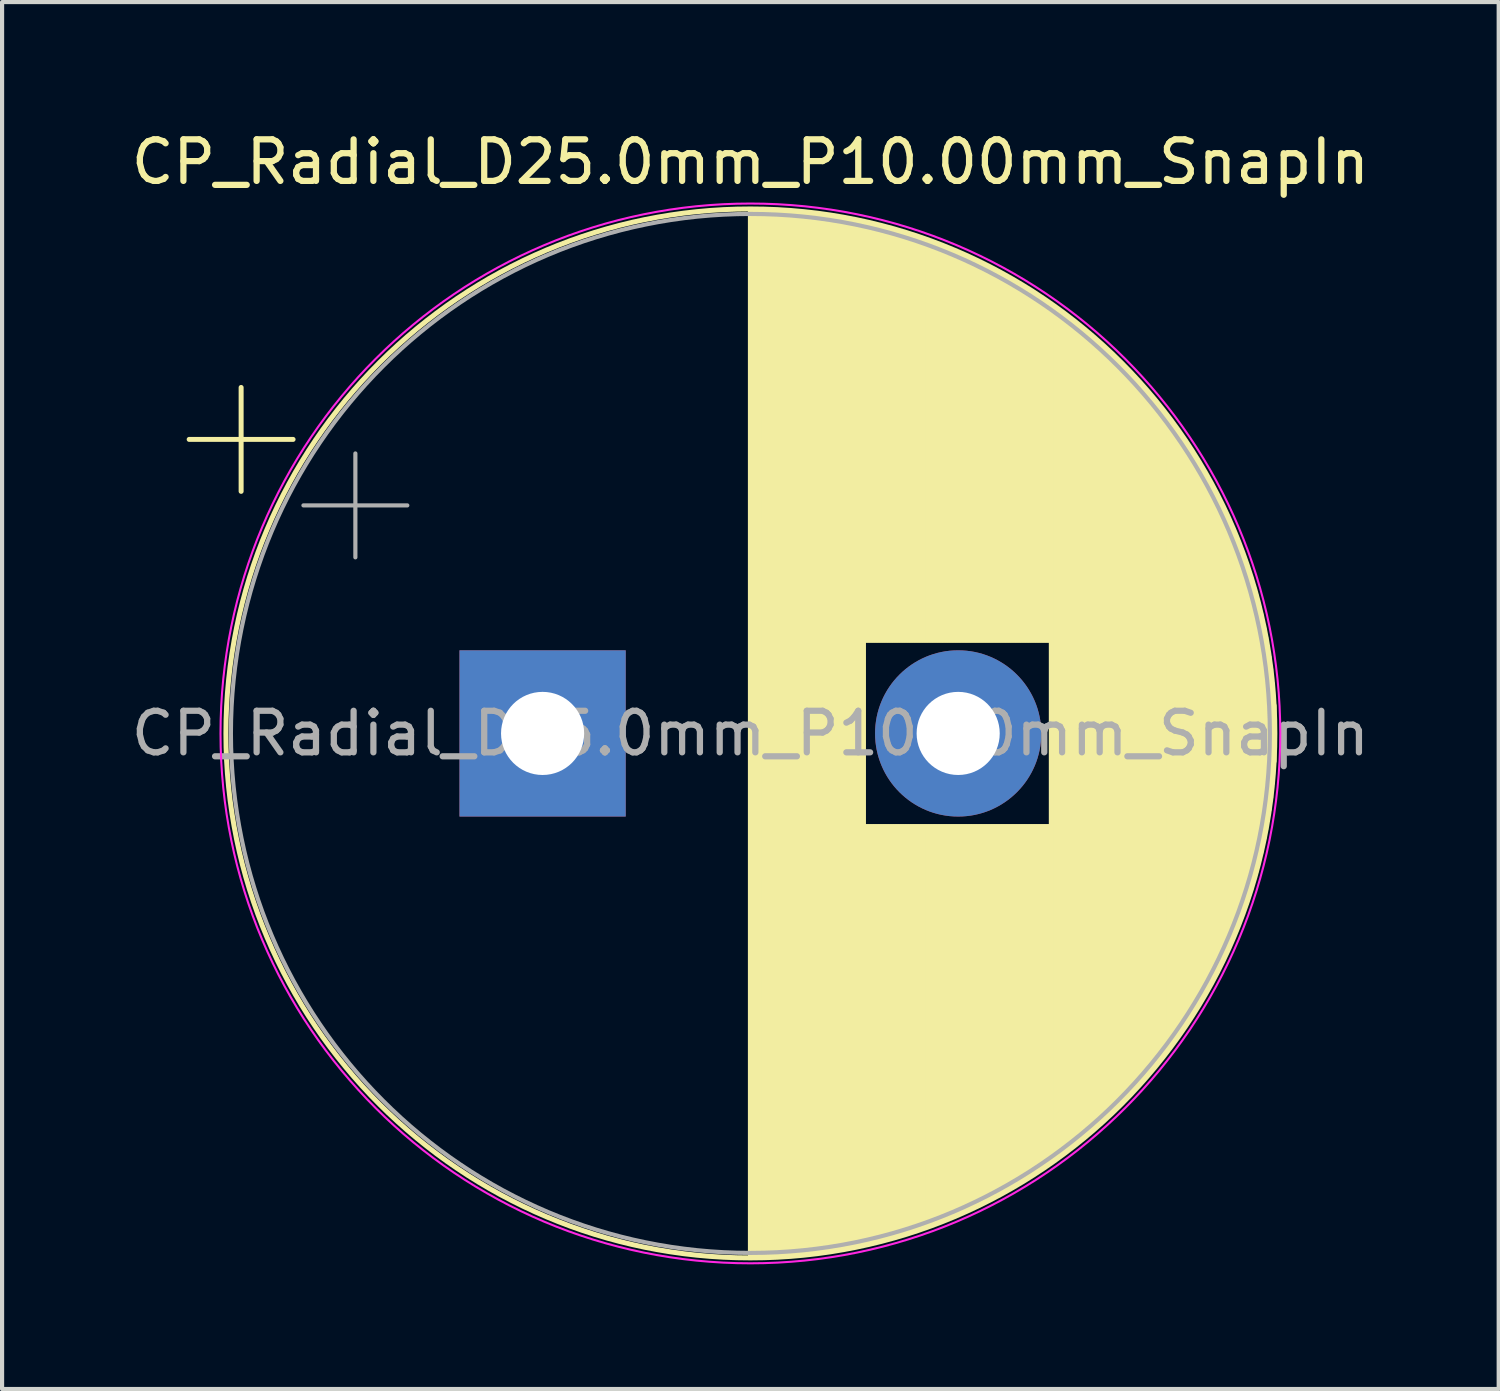
<source format=kicad_pcb>
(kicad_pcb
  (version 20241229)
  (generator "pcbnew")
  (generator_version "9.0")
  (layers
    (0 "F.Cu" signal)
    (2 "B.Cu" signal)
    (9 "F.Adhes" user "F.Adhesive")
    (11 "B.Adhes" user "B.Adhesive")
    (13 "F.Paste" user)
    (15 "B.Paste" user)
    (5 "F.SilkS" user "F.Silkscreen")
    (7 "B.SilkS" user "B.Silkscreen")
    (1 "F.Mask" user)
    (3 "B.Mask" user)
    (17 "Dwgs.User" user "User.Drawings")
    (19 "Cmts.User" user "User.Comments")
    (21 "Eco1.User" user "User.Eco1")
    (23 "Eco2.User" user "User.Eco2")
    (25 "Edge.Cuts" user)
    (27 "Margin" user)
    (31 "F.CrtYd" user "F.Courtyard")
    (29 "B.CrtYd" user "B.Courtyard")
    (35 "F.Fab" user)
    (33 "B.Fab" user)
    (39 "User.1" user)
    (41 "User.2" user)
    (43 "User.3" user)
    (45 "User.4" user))
  (footprint "CP_Radial_D25.0mm_P10.00mm_SnapIn"
    (layer "F.Cu")
    (at 10.006 14.598)
    (property "Reference" "CP_Radial_D25.0mm_P10.00mm_SnapIn" (at 5 -13.75 0) (layer "F.SilkS") (effects (font (size 1 1) (thickness 0.15))))
    (attr through_hole)
    (fp_line (start -8.504 -7.075) (end -6.004 -7.075) (stroke (width 0.12) (type solid)) (layer "F.SilkS"))
    (fp_line (start -7.254 -8.325) (end -7.254 -5.825) (stroke (width 0.12) (type solid)) (layer "F.SilkS"))
    (fp_line (start 5 -12.581) (end 5 12.581) (stroke (width 0.12) (type solid)) (layer "F.SilkS"))
    (fp_line (start 5.04 -12.58) (end 5.04 12.58) (stroke (width 0.12) (type solid)) (layer "F.SilkS"))
    (fp_line (start 5.08 -12.58) (end 5.08 12.58) (stroke (width 0.12) (type solid)) (layer "F.SilkS"))
    (fp_line (start 5.12 -12.58) (end 5.12 12.58) (stroke (width 0.12) (type solid)) (layer "F.SilkS"))
    (fp_line (start 5.16 -12.579) (end 5.16 12.579) (stroke (width 0.12) (type solid)) (layer "F.SilkS"))
    (fp_line (start 5.2 -12.579) (end 5.2 12.579) (stroke (width 0.12) (type solid)) (layer "F.SilkS"))
    (fp_line (start 5.24 -12.578) (end 5.24 12.578) (stroke (width 0.12) (type solid)) (layer "F.SilkS"))
    (fp_line (start 5.28 -12.577) (end 5.28 12.577) (stroke (width 0.12) (type solid)) (layer "F.SilkS"))
    (fp_line (start 5.32 -12.576) (end 5.32 12.576) (stroke (width 0.12) (type solid)) (layer "F.SilkS"))
    (fp_line (start 5.36 -12.575) (end 5.36 12.575) (stroke (width 0.12) (type solid)) (layer "F.SilkS"))
    (fp_line (start 5.4 -12.574) (end 5.4 12.574) (stroke (width 0.12) (type solid)) (layer "F.SilkS"))
    (fp_line (start 5.44 -12.573) (end 5.44 12.573) (stroke (width 0.12) (type solid)) (layer "F.SilkS"))
    (fp_line (start 5.48 -12.571) (end 5.48 12.571) (stroke (width 0.12) (type solid)) (layer "F.SilkS"))
    (fp_line (start 5.52 -12.57) (end 5.52 12.57) (stroke (width 0.12) (type solid)) (layer "F.SilkS"))
    (fp_line (start 5.56 -12.568) (end 5.56 12.568) (stroke (width 0.12) (type solid)) (layer "F.SilkS"))
    (fp_line (start 5.6 -12.566) (end 5.6 12.566) (stroke (width 0.12) (type solid)) (layer "F.SilkS"))
    (fp_line (start 5.64 -12.564) (end 5.64 12.564) (stroke (width 0.12) (type solid)) (layer "F.SilkS"))
    (fp_line (start 5.68 -12.562) (end 5.68 12.562) (stroke (width 0.12) (type solid)) (layer "F.SilkS"))
    (fp_line (start 5.721 -12.56) (end 5.721 12.56) (stroke (width 0.12) (type solid)) (layer "F.SilkS"))
    (fp_line (start 5.761 -12.558) (end 5.761 12.558) (stroke (width 0.12) (type solid)) (layer "F.SilkS"))
    (fp_line (start 5.801 -12.555) (end 5.801 12.555) (stroke (width 0.12) (type solid)) (layer "F.SilkS"))
    (fp_line (start 5.841 -12.553) (end 5.841 12.553) (stroke (width 0.12) (type solid)) (layer "F.SilkS"))
    (fp_line (start 5.881 -12.55) (end 5.881 12.55) (stroke (width 0.12) (type solid)) (layer "F.SilkS"))
    (fp_line (start 5.921 -12.547) (end 5.921 12.547) (stroke (width 0.12) (type solid)) (layer "F.SilkS"))
    (fp_line (start 5.961 -12.544) (end 5.961 12.544) (stroke (width 0.12) (type solid)) (layer "F.SilkS"))
    (fp_line (start 6.001 -12.541) (end 6.001 12.541) (stroke (width 0.12) (type solid)) (layer "F.SilkS"))
    (fp_line (start 6.041 -12.538) (end 6.041 12.538) (stroke (width 0.12) (type solid)) (layer "F.SilkS"))
    (fp_line (start 6.081 -12.534) (end 6.081 12.534) (stroke (width 0.12) (type solid)) (layer "F.SilkS"))
    (fp_line (start 6.121 -12.531) (end 6.121 12.531) (stroke (width 0.12) (type solid)) (layer "F.SilkS"))
    (fp_line (start 6.161 -12.527) (end 6.161 12.527) (stroke (width 0.12) (type solid)) (layer "F.SilkS"))
    (fp_line (start 6.201 -12.523) (end 6.201 12.523) (stroke (width 0.12) (type solid)) (layer "F.SilkS"))
    (fp_line (start 6.241 -12.519) (end 6.241 12.519) (stroke (width 0.12) (type solid)) (layer "F.SilkS"))
    (fp_line (start 6.281 -12.515) (end 6.281 12.515) (stroke (width 0.12) (type solid)) (layer "F.SilkS"))
    (fp_line (start 6.321 -12.511) (end 6.321 12.511) (stroke (width 0.12) (type solid)) (layer "F.SilkS"))
    (fp_line (start 6.361 -12.507) (end 6.361 12.507) (stroke (width 0.12) (type solid)) (layer "F.SilkS"))
    (fp_line (start 6.401 -12.503) (end 6.401 12.503) (stroke (width 0.12) (type solid)) (layer "F.SilkS"))
    (fp_line (start 6.441 -12.498) (end 6.441 12.498) (stroke (width 0.12) (type solid)) (layer "F.SilkS"))
    (fp_line (start 6.481 -12.493) (end 6.481 12.493) (stroke (width 0.12) (type solid)) (layer "F.SilkS"))
    (fp_line (start 6.521 -12.489) (end 6.521 12.489) (stroke (width 0.12) (type solid)) (layer "F.SilkS"))
    (fp_line (start 6.561 -12.484) (end 6.561 12.484) (stroke (width 0.12) (type solid)) (layer "F.SilkS"))
    (fp_line (start 6.601 -12.479) (end 6.601 12.479) (stroke (width 0.12) (type solid)) (layer "F.SilkS"))
    (fp_line (start 6.641 -12.473) (end 6.641 12.473) (stroke (width 0.12) (type solid)) (layer "F.SilkS"))
    (fp_line (start 6.681 -12.468) (end 6.681 12.468) (stroke (width 0.12) (type solid)) (layer "F.SilkS"))
    (fp_line (start 6.721 -12.463) (end 6.721 12.463) (stroke (width 0.12) (type solid)) (layer "F.SilkS"))
    (fp_line (start 6.761 -12.457) (end 6.761 12.457) (stroke (width 0.12) (type solid)) (layer "F.SilkS"))
    (fp_line (start 6.801 -12.451) (end 6.801 12.451) (stroke (width 0.12) (type solid)) (layer "F.SilkS"))
    (fp_line (start 6.841 -12.446) (end 6.841 12.446) (stroke (width 0.12) (type solid)) (layer "F.SilkS"))
    (fp_line (start 6.881 -12.44) (end 6.881 12.44) (stroke (width 0.12) (type solid)) (layer "F.SilkS"))
    (fp_line (start 6.921 -12.434) (end 6.921 12.434) (stroke (width 0.12) (type solid)) (layer "F.SilkS"))
    (fp_line (start 6.961 -12.427) (end 6.961 12.427) (stroke (width 0.12) (type solid)) (layer "F.SilkS"))
    (fp_line (start 7.001 -12.421) (end 7.001 12.421) (stroke (width 0.12) (type solid)) (layer "F.SilkS"))
    (fp_line (start 7.041 -12.415) (end 7.041 12.415) (stroke (width 0.12) (type solid)) (layer "F.SilkS"))
    (fp_line (start 7.081 -12.408) (end 7.081 12.408) (stroke (width 0.12) (type solid)) (layer "F.SilkS"))
    (fp_line (start 7.121 -12.401) (end 7.121 12.401) (stroke (width 0.12) (type solid)) (layer "F.SilkS"))
    (fp_line (start 7.161 -12.394) (end 7.161 12.394) (stroke (width 0.12) (type solid)) (layer "F.SilkS"))
    (fp_line (start 7.201 -12.387) (end 7.201 12.387) (stroke (width 0.12) (type solid)) (layer "F.SilkS"))
    (fp_line (start 7.241 -12.38) (end 7.241 12.38) (stroke (width 0.12) (type solid)) (layer "F.SilkS"))
    (fp_line (start 7.281 -12.373) (end 7.281 12.373) (stroke (width 0.12) (type solid)) (layer "F.SilkS"))
    (fp_line (start 7.321 -12.365) (end 7.321 12.365) (stroke (width 0.12) (type solid)) (layer "F.SilkS"))
    (fp_line (start 7.361 -12.358) (end 7.361 12.358) (stroke (width 0.12) (type solid)) (layer "F.SilkS"))
    (fp_line (start 7.401 -12.35) (end 7.401 12.35) (stroke (width 0.12) (type solid)) (layer "F.SilkS"))
    (fp_line (start 7.441 -12.342) (end 7.441 12.342) (stroke (width 0.12) (type solid)) (layer "F.SilkS"))
    (fp_line (start 7.481 -12.334) (end 7.481 12.334) (stroke (width 0.12) (type solid)) (layer "F.SilkS"))
    (fp_line (start 7.521 -12.326) (end 7.521 12.326) (stroke (width 0.12) (type solid)) (layer "F.SilkS"))
    (fp_line (start 7.561 -12.318) (end 7.561 12.318) (stroke (width 0.12) (type solid)) (layer "F.SilkS"))
    (fp_line (start 7.601 -12.31) (end 7.601 12.31) (stroke (width 0.12) (type solid)) (layer "F.SilkS"))
    (fp_line (start 7.641 -12.301) (end 7.641 12.301) (stroke (width 0.12) (type solid)) (layer "F.SilkS"))
    (fp_line (start 7.681 -12.293) (end 7.681 12.293) (stroke (width 0.12) (type solid)) (layer "F.SilkS"))
    (fp_line (start 7.721 -12.284) (end 7.721 12.284) (stroke (width 0.12) (type solid)) (layer "F.SilkS"))
    (fp_line (start 7.761 -12.275) (end 7.761 -2.24) (stroke (width 0.12) (type solid)) (layer "F.SilkS"))
    (fp_line (start 7.761 2.24) (end 7.761 12.275) (stroke (width 0.12) (type solid)) (layer "F.SilkS"))
    (fp_line (start 7.801 -12.266) (end 7.801 -2.24) (stroke (width 0.12) (type solid)) (layer "F.SilkS"))
    (fp_line (start 7.801 2.24) (end 7.801 12.266) (stroke (width 0.12) (type solid)) (layer "F.SilkS"))
    (fp_line (start 7.841 -12.257) (end 7.841 -2.24) (stroke (width 0.12) (type solid)) (layer "F.SilkS"))
    (fp_line (start 7.841 2.24) (end 7.841 12.257) (stroke (width 0.12) (type solid)) (layer "F.SilkS"))
    (fp_line (start 7.881 -12.247) (end 7.881 -2.24) (stroke (width 0.12) (type solid)) (layer "F.SilkS"))
    (fp_line (start 7.881 2.24) (end 7.881 12.247) (stroke (width 0.12) (type solid)) (layer "F.SilkS"))
    (fp_line (start 7.921 -12.238) (end 7.921 -2.24) (stroke (width 0.12) (type solid)) (layer "F.SilkS"))
    (fp_line (start 7.921 2.24) (end 7.921 12.238) (stroke (width 0.12) (type solid)) (layer "F.SilkS"))
    (fp_line (start 7.961 -12.228) (end 7.961 -2.24) (stroke (width 0.12) (type solid)) (layer "F.SilkS"))
    (fp_line (start 7.961 2.24) (end 7.961 12.228) (stroke (width 0.12) (type solid)) (layer "F.SilkS"))
    (fp_line (start 8.001 -12.219) (end 8.001 -2.24) (stroke (width 0.12) (type solid)) (layer "F.SilkS"))
    (fp_line (start 8.001 2.24) (end 8.001 12.219) (stroke (width 0.12) (type solid)) (layer "F.SilkS"))
    (fp_line (start 8.041 -12.209) (end 8.041 -2.24) (stroke (width 0.12) (type solid)) (layer "F.SilkS"))
    (fp_line (start 8.041 2.24) (end 8.041 12.209) (stroke (width 0.12) (type solid)) (layer "F.SilkS"))
    (fp_line (start 8.081 -12.199) (end 8.081 -2.24) (stroke (width 0.12) (type solid)) (layer "F.SilkS"))
    (fp_line (start 8.081 2.24) (end 8.081 12.199) (stroke (width 0.12) (type solid)) (layer "F.SilkS"))
    (fp_line (start 8.121 -12.189) (end 8.121 -2.24) (stroke (width 0.12) (type solid)) (layer "F.SilkS"))
    (fp_line (start 8.121 2.24) (end 8.121 12.189) (stroke (width 0.12) (type solid)) (layer "F.SilkS"))
    (fp_line (start 8.161 -12.178) (end 8.161 -2.24) (stroke (width 0.12) (type solid)) (layer "F.SilkS"))
    (fp_line (start 8.161 2.24) (end 8.161 12.178) (stroke (width 0.12) (type solid)) (layer "F.SilkS"))
    (fp_line (start 8.201 -12.168) (end 8.201 -2.24) (stroke (width 0.12) (type solid)) (layer "F.SilkS"))
    (fp_line (start 8.201 2.24) (end 8.201 12.168) (stroke (width 0.12) (type solid)) (layer "F.SilkS"))
    (fp_line (start 8.241 -12.157) (end 8.241 -2.24) (stroke (width 0.12) (type solid)) (layer "F.SilkS"))
    (fp_line (start 8.241 2.24) (end 8.241 12.157) (stroke (width 0.12) (type solid)) (layer "F.SilkS"))
    (fp_line (start 8.281 -12.147) (end 8.281 -2.24) (stroke (width 0.12) (type solid)) (layer "F.SilkS"))
    (fp_line (start 8.281 2.24) (end 8.281 12.147) (stroke (width 0.12) (type solid)) (layer "F.SilkS"))
    (fp_line (start 8.321 -12.136) (end 8.321 -2.24) (stroke (width 0.12) (type solid)) (layer "F.SilkS"))
    (fp_line (start 8.321 2.24) (end 8.321 12.136) (stroke (width 0.12) (type solid)) (layer "F.SilkS"))
    (fp_line (start 8.361 -12.125) (end 8.361 -2.24) (stroke (width 0.12) (type solid)) (layer "F.SilkS"))
    (fp_line (start 8.361 2.24) (end 8.361 12.125) (stroke (width 0.12) (type solid)) (layer "F.SilkS"))
    (fp_line (start 8.401 -12.114) (end 8.401 -2.24) (stroke (width 0.12) (type solid)) (layer "F.SilkS"))
    (fp_line (start 8.401 2.24) (end 8.401 12.114) (stroke (width 0.12) (type solid)) (layer "F.SilkS"))
    (fp_line (start 8.441 -12.103) (end 8.441 -2.24) (stroke (width 0.12) (type solid)) (layer "F.SilkS"))
    (fp_line (start 8.441 2.24) (end 8.441 12.103) (stroke (width 0.12) (type solid)) (layer "F.SilkS"))
    (fp_line (start 8.481 -12.091) (end 8.481 -2.24) (stroke (width 0.12) (type solid)) (layer "F.SilkS"))
    (fp_line (start 8.481 2.24) (end 8.481 12.091) (stroke (width 0.12) (type solid)) (layer "F.SilkS"))
    (fp_line (start 8.521 -12.08) (end 8.521 -2.24) (stroke (width 0.12) (type solid)) (layer "F.SilkS"))
    (fp_line (start 8.521 2.24) (end 8.521 12.08) (stroke (width 0.12) (type solid)) (layer "F.SilkS"))
    (fp_line (start 8.561 -12.068) (end 8.561 -2.24) (stroke (width 0.12) (type solid)) (layer "F.SilkS"))
    (fp_line (start 8.561 2.24) (end 8.561 12.068) (stroke (width 0.12) (type solid)) (layer "F.SilkS"))
    (fp_line (start 8.601 -12.056) (end 8.601 -2.24) (stroke (width 0.12) (type solid)) (layer "F.SilkS"))
    (fp_line (start 8.601 2.24) (end 8.601 12.056) (stroke (width 0.12) (type solid)) (layer "F.SilkS"))
    (fp_line (start 8.641 -12.044) (end 8.641 -2.24) (stroke (width 0.12) (type solid)) (layer "F.SilkS"))
    (fp_line (start 8.641 2.24) (end 8.641 12.044) (stroke (width 0.12) (type solid)) (layer "F.SilkS"))
    (fp_line (start 8.681 -12.032) (end 8.681 -2.24) (stroke (width 0.12) (type solid)) (layer "F.SilkS"))
    (fp_line (start 8.681 2.24) (end 8.681 12.032) (stroke (width 0.12) (type solid)) (layer "F.SilkS"))
    (fp_line (start 8.721 -12.02) (end 8.721 -2.24) (stroke (width 0.12) (type solid)) (layer "F.SilkS"))
    (fp_line (start 8.721 2.24) (end 8.721 12.02) (stroke (width 0.12) (type solid)) (layer "F.SilkS"))
    (fp_line (start 8.761 -12.007) (end 8.761 -2.24) (stroke (width 0.12) (type solid)) (layer "F.SilkS"))
    (fp_line (start 8.761 2.24) (end 8.761 12.007) (stroke (width 0.12) (type solid)) (layer "F.SilkS"))
    (fp_line (start 8.801 -11.995) (end 8.801 -2.24) (stroke (width 0.12) (type solid)) (layer "F.SilkS"))
    (fp_line (start 8.801 2.24) (end 8.801 11.995) (stroke (width 0.12) (type solid)) (layer "F.SilkS"))
    (fp_line (start 8.841 -11.982) (end 8.841 -2.24) (stroke (width 0.12) (type solid)) (layer "F.SilkS"))
    (fp_line (start 8.841 2.24) (end 8.841 11.982) (stroke (width 0.12) (type solid)) (layer "F.SilkS"))
    (fp_line (start 8.881 -11.969) (end 8.881 -2.24) (stroke (width 0.12) (type solid)) (layer "F.SilkS"))
    (fp_line (start 8.881 2.24) (end 8.881 11.969) (stroke (width 0.12) (type solid)) (layer "F.SilkS"))
    (fp_line (start 8.921 -11.956) (end 8.921 -2.24) (stroke (width 0.12) (type solid)) (layer "F.SilkS"))
    (fp_line (start 8.921 2.24) (end 8.921 11.956) (stroke (width 0.12) (type solid)) (layer "F.SilkS"))
    (fp_line (start 8.961 -11.943) (end 8.961 -2.24) (stroke (width 0.12) (type solid)) (layer "F.SilkS"))
    (fp_line (start 8.961 2.24) (end 8.961 11.943) (stroke (width 0.12) (type solid)) (layer "F.SilkS"))
    (fp_line (start 9.001 -11.93) (end 9.001 -2.24) (stroke (width 0.12) (type solid)) (layer "F.SilkS"))
    (fp_line (start 9.001 2.24) (end 9.001 11.93) (stroke (width 0.12) (type solid)) (layer "F.SilkS"))
    (fp_line (start 9.041 -11.916) (end 9.041 -2.24) (stroke (width 0.12) (type solid)) (layer "F.SilkS"))
    (fp_line (start 9.041 2.24) (end 9.041 11.916) (stroke (width 0.12) (type solid)) (layer "F.SilkS"))
    (fp_line (start 9.081 -11.903) (end 9.081 -2.24) (stroke (width 0.12) (type solid)) (layer "F.SilkS"))
    (fp_line (start 9.081 2.24) (end 9.081 11.903) (stroke (width 0.12) (type solid)) (layer "F.SilkS"))
    (fp_line (start 9.121 -11.889) (end 9.121 -2.24) (stroke (width 0.12) (type solid)) (layer "F.SilkS"))
    (fp_line (start 9.121 2.24) (end 9.121 11.889) (stroke (width 0.12) (type solid)) (layer "F.SilkS"))
    (fp_line (start 9.161 -11.875) (end 9.161 -2.24) (stroke (width 0.12) (type solid)) (layer "F.SilkS"))
    (fp_line (start 9.161 2.24) (end 9.161 11.875) (stroke (width 0.12) (type solid)) (layer "F.SilkS"))
    (fp_line (start 9.201 -11.861) (end 9.201 -2.24) (stroke (width 0.12) (type solid)) (layer "F.SilkS"))
    (fp_line (start 9.201 2.24) (end 9.201 11.861) (stroke (width 0.12) (type solid)) (layer "F.SilkS"))
    (fp_line (start 9.241 -11.847) (end 9.241 -2.24) (stroke (width 0.12) (type solid)) (layer "F.SilkS"))
    (fp_line (start 9.241 2.24) (end 9.241 11.847) (stroke (width 0.12) (type solid)) (layer "F.SilkS"))
    (fp_line (start 9.281 -11.833) (end 9.281 -2.24) (stroke (width 0.12) (type solid)) (layer "F.SilkS"))
    (fp_line (start 9.281 2.24) (end 9.281 11.833) (stroke (width 0.12) (type solid)) (layer "F.SilkS"))
    (fp_line (start 9.321 -11.818) (end 9.321 -2.24) (stroke (width 0.12) (type solid)) (layer "F.SilkS"))
    (fp_line (start 9.321 2.24) (end 9.321 11.818) (stroke (width 0.12) (type solid)) (layer "F.SilkS"))
    (fp_line (start 9.361 -11.803) (end 9.361 -2.24) (stroke (width 0.12) (type solid)) (layer "F.SilkS"))
    (fp_line (start 9.361 2.24) (end 9.361 11.803) (stroke (width 0.12) (type solid)) (layer "F.SilkS"))
    (fp_line (start 9.401 -11.789) (end 9.401 -2.24) (stroke (width 0.12) (type solid)) (layer "F.SilkS"))
    (fp_line (start 9.401 2.24) (end 9.401 11.789) (stroke (width 0.12) (type solid)) (layer "F.SilkS"))
    (fp_line (start 9.441 -11.774) (end 9.441 -2.24) (stroke (width 0.12) (type solid)) (layer "F.SilkS"))
    (fp_line (start 9.441 2.24) (end 9.441 11.774) (stroke (width 0.12) (type solid)) (layer "F.SilkS"))
    (fp_line (start 9.481 -11.759) (end 9.481 -2.24) (stroke (width 0.12) (type solid)) (layer "F.SilkS"))
    (fp_line (start 9.481 2.24) (end 9.481 11.759) (stroke (width 0.12) (type solid)) (layer "F.SilkS"))
    (fp_line (start 9.521 -11.743) (end 9.521 -2.24) (stroke (width 0.12) (type solid)) (layer "F.SilkS"))
    (fp_line (start 9.521 2.24) (end 9.521 11.743) (stroke (width 0.12) (type solid)) (layer "F.SilkS"))
    (fp_line (start 9.561 -11.728) (end 9.561 -2.24) (stroke (width 0.12) (type solid)) (layer "F.SilkS"))
    (fp_line (start 9.561 2.24) (end 9.561 11.728) (stroke (width 0.12) (type solid)) (layer "F.SilkS"))
    (fp_line (start 9.601 -11.712) (end 9.601 -2.24) (stroke (width 0.12) (type solid)) (layer "F.SilkS"))
    (fp_line (start 9.601 2.24) (end 9.601 11.712) (stroke (width 0.12) (type solid)) (layer "F.SilkS"))
    (fp_line (start 9.641 -11.697) (end 9.641 -2.24) (stroke (width 0.12) (type solid)) (layer "F.SilkS"))
    (fp_line (start 9.641 2.24) (end 9.641 11.697) (stroke (width 0.12) (type solid)) (layer "F.SilkS"))
    (fp_line (start 9.681 -11.681) (end 9.681 -2.24) (stroke (width 0.12) (type solid)) (layer "F.SilkS"))
    (fp_line (start 9.681 2.24) (end 9.681 11.681) (stroke (width 0.12) (type solid)) (layer "F.SilkS"))
    (fp_line (start 9.721 -11.665) (end 9.721 -2.24) (stroke (width 0.12) (type solid)) (layer "F.SilkS"))
    (fp_line (start 9.721 2.24) (end 9.721 11.665) (stroke (width 0.12) (type solid)) (layer "F.SilkS"))
    (fp_line (start 9.761 -11.648) (end 9.761 -2.24) (stroke (width 0.12) (type solid)) (layer "F.SilkS"))
    (fp_line (start 9.761 2.24) (end 9.761 11.648) (stroke (width 0.12) (type solid)) (layer "F.SilkS"))
    (fp_line (start 9.801 -11.632) (end 9.801 -2.24) (stroke (width 0.12) (type solid)) (layer "F.SilkS"))
    (fp_line (start 9.801 2.24) (end 9.801 11.632) (stroke (width 0.12) (type solid)) (layer "F.SilkS"))
    (fp_line (start 9.841 -11.615) (end 9.841 -2.24) (stroke (width 0.12) (type solid)) (layer "F.SilkS"))
    (fp_line (start 9.841 2.24) (end 9.841 11.615) (stroke (width 0.12) (type solid)) (layer "F.SilkS"))
    (fp_line (start 9.881 -11.599) (end 9.881 -2.24) (stroke (width 0.12) (type solid)) (layer "F.SilkS"))
    (fp_line (start 9.881 2.24) (end 9.881 11.599) (stroke (width 0.12) (type solid)) (layer "F.SilkS"))
    (fp_line (start 9.921 -11.582) (end 9.921 -2.24) (stroke (width 0.12) (type solid)) (layer "F.SilkS"))
    (fp_line (start 9.921 2.24) (end 9.921 11.582) (stroke (width 0.12) (type solid)) (layer "F.SilkS"))
    (fp_line (start 9.961 -11.565) (end 9.961 -2.24) (stroke (width 0.12) (type solid)) (layer "F.SilkS"))
    (fp_line (start 9.961 2.24) (end 9.961 11.565) (stroke (width 0.12) (type solid)) (layer "F.SilkS"))
    (fp_line (start 10.001 -11.548) (end 10.001 -2.24) (stroke (width 0.12) (type solid)) (layer "F.SilkS"))
    (fp_line (start 10.001 2.24) (end 10.001 11.548) (stroke (width 0.12) (type solid)) (layer "F.SilkS"))
    (fp_line (start 10.041 -11.53) (end 10.041 -2.24) (stroke (width 0.12) (type solid)) (layer "F.SilkS"))
    (fp_line (start 10.041 2.24) (end 10.041 11.53) (stroke (width 0.12) (type solid)) (layer "F.SilkS"))
    (fp_line (start 10.081 -11.513) (end 10.081 -2.24) (stroke (width 0.12) (type solid)) (layer "F.SilkS"))
    (fp_line (start 10.081 2.24) (end 10.081 11.513) (stroke (width 0.12) (type solid)) (layer "F.SilkS"))
    (fp_line (start 10.121 -11.495) (end 10.121 -2.24) (stroke (width 0.12) (type solid)) (layer "F.SilkS"))
    (fp_line (start 10.121 2.24) (end 10.121 11.495) (stroke (width 0.12) (type solid)) (layer "F.SilkS"))
    (fp_line (start 10.161 -11.477) (end 10.161 -2.24) (stroke (width 0.12) (type solid)) (layer "F.SilkS"))
    (fp_line (start 10.161 2.24) (end 10.161 11.477) (stroke (width 0.12) (type solid)) (layer "F.SilkS"))
    (fp_line (start 10.201 -11.459) (end 10.201 -2.24) (stroke (width 0.12) (type solid)) (layer "F.SilkS"))
    (fp_line (start 10.201 2.24) (end 10.201 11.459) (stroke (width 0.12) (type solid)) (layer "F.SilkS"))
    (fp_line (start 10.241 -11.441) (end 10.241 -2.24) (stroke (width 0.12) (type solid)) (layer "F.SilkS"))
    (fp_line (start 10.241 2.24) (end 10.241 11.441) (stroke (width 0.12) (type solid)) (layer "F.SilkS"))
    (fp_line (start 10.281 -11.423) (end 10.281 -2.24) (stroke (width 0.12) (type solid)) (layer "F.SilkS"))
    (fp_line (start 10.281 2.24) (end 10.281 11.423) (stroke (width 0.12) (type solid)) (layer "F.SilkS"))
    (fp_line (start 10.321 -11.404) (end 10.321 -2.24) (stroke (width 0.12) (type solid)) (layer "F.SilkS"))
    (fp_line (start 10.321 2.24) (end 10.321 11.404) (stroke (width 0.12) (type solid)) (layer "F.SilkS"))
    (fp_line (start 10.361 -11.386) (end 10.361 -2.24) (stroke (width 0.12) (type solid)) (layer "F.SilkS"))
    (fp_line (start 10.361 2.24) (end 10.361 11.386) (stroke (width 0.12) (type solid)) (layer "F.SilkS"))
    (fp_line (start 10.401 -11.367) (end 10.401 -2.24) (stroke (width 0.12) (type solid)) (layer "F.SilkS"))
    (fp_line (start 10.401 2.24) (end 10.401 11.367) (stroke (width 0.12) (type solid)) (layer "F.SilkS"))
    (fp_line (start 10.441 -11.348) (end 10.441 -2.24) (stroke (width 0.12) (type solid)) (layer "F.SilkS"))
    (fp_line (start 10.441 2.24) (end 10.441 11.348) (stroke (width 0.12) (type solid)) (layer "F.SilkS"))
    (fp_line (start 10.481 -11.329) (end 10.481 -2.24) (stroke (width 0.12) (type solid)) (layer "F.SilkS"))
    (fp_line (start 10.481 2.24) (end 10.481 11.329) (stroke (width 0.12) (type solid)) (layer "F.SilkS"))
    (fp_line (start 10.521 -11.309) (end 10.521 -2.24) (stroke (width 0.12) (type solid)) (layer "F.SilkS"))
    (fp_line (start 10.521 2.24) (end 10.521 11.309) (stroke (width 0.12) (type solid)) (layer "F.SilkS"))
    (fp_line (start 10.561 -11.29) (end 10.561 -2.24) (stroke (width 0.12) (type solid)) (layer "F.SilkS"))
    (fp_line (start 10.561 2.24) (end 10.561 11.29) (stroke (width 0.12) (type solid)) (layer "F.SilkS"))
    (fp_line (start 10.601 -11.27) (end 10.601 -2.24) (stroke (width 0.12) (type solid)) (layer "F.SilkS"))
    (fp_line (start 10.601 2.24) (end 10.601 11.27) (stroke (width 0.12) (type solid)) (layer "F.SilkS"))
    (fp_line (start 10.641 -11.25) (end 10.641 -2.24) (stroke (width 0.12) (type solid)) (layer "F.SilkS"))
    (fp_line (start 10.641 2.24) (end 10.641 11.25) (stroke (width 0.12) (type solid)) (layer "F.SilkS"))
    (fp_line (start 10.681 -11.23) (end 10.681 -2.24) (stroke (width 0.12) (type solid)) (layer "F.SilkS"))
    (fp_line (start 10.681 2.24) (end 10.681 11.23) (stroke (width 0.12) (type solid)) (layer "F.SilkS"))
    (fp_line (start 10.721 -11.21) (end 10.721 -2.24) (stroke (width 0.12) (type solid)) (layer "F.SilkS"))
    (fp_line (start 10.721 2.24) (end 10.721 11.21) (stroke (width 0.12) (type solid)) (layer "F.SilkS"))
    (fp_line (start 10.761 -11.189) (end 10.761 -2.24) (stroke (width 0.12) (type solid)) (layer "F.SilkS"))
    (fp_line (start 10.761 2.24) (end 10.761 11.189) (stroke (width 0.12) (type solid)) (layer "F.SilkS"))
    (fp_line (start 10.801 -11.169) (end 10.801 -2.24) (stroke (width 0.12) (type solid)) (layer "F.SilkS"))
    (fp_line (start 10.801 2.24) (end 10.801 11.169) (stroke (width 0.12) (type solid)) (layer "F.SilkS"))
    (fp_line (start 10.841 -11.148) (end 10.841 -2.24) (stroke (width 0.12) (type solid)) (layer "F.SilkS"))
    (fp_line (start 10.841 2.24) (end 10.841 11.148) (stroke (width 0.12) (type solid)) (layer "F.SilkS"))
    (fp_line (start 10.881 -11.127) (end 10.881 -2.24) (stroke (width 0.12) (type solid)) (layer "F.SilkS"))
    (fp_line (start 10.881 2.24) (end 10.881 11.127) (stroke (width 0.12) (type solid)) (layer "F.SilkS"))
    (fp_line (start 10.921 -11.106) (end 10.921 -2.24) (stroke (width 0.12) (type solid)) (layer "F.SilkS"))
    (fp_line (start 10.921 2.24) (end 10.921 11.106) (stroke (width 0.12) (type solid)) (layer "F.SilkS"))
    (fp_line (start 10.961 -11.084) (end 10.961 -2.24) (stroke (width 0.12) (type solid)) (layer "F.SilkS"))
    (fp_line (start 10.961 2.24) (end 10.961 11.084) (stroke (width 0.12) (type solid)) (layer "F.SilkS"))
    (fp_line (start 11.001 -11.063) (end 11.001 -2.24) (stroke (width 0.12) (type solid)) (layer "F.SilkS"))
    (fp_line (start 11.001 2.24) (end 11.001 11.063) (stroke (width 0.12) (type solid)) (layer "F.SilkS"))
    (fp_line (start 11.041 -11.041) (end 11.041 -2.24) (stroke (width 0.12) (type solid)) (layer "F.SilkS"))
    (fp_line (start 11.041 2.24) (end 11.041 11.041) (stroke (width 0.12) (type solid)) (layer "F.SilkS"))
    (fp_line (start 11.081 -11.019) (end 11.081 -2.24) (stroke (width 0.12) (type solid)) (layer "F.SilkS"))
    (fp_line (start 11.081 2.24) (end 11.081 11.019) (stroke (width 0.12) (type solid)) (layer "F.SilkS"))
    (fp_line (start 11.121 -10.997) (end 11.121 -2.24) (stroke (width 0.12) (type solid)) (layer "F.SilkS"))
    (fp_line (start 11.121 2.24) (end 11.121 10.997) (stroke (width 0.12) (type solid)) (layer "F.SilkS"))
    (fp_line (start 11.161 -10.975) (end 11.161 -2.24) (stroke (width 0.12) (type solid)) (layer "F.SilkS"))
    (fp_line (start 11.161 2.24) (end 11.161 10.975) (stroke (width 0.12) (type solid)) (layer "F.SilkS"))
    (fp_line (start 11.201 -10.953) (end 11.201 -2.24) (stroke (width 0.12) (type solid)) (layer "F.SilkS"))
    (fp_line (start 11.201 2.24) (end 11.201 10.953) (stroke (width 0.12) (type solid)) (layer "F.SilkS"))
    (fp_line (start 11.241 -10.93) (end 11.241 -2.24) (stroke (width 0.12) (type solid)) (layer "F.SilkS"))
    (fp_line (start 11.241 2.24) (end 11.241 10.93) (stroke (width 0.12) (type solid)) (layer "F.SilkS"))
    (fp_line (start 11.281 -10.907) (end 11.281 -2.24) (stroke (width 0.12) (type solid)) (layer "F.SilkS"))
    (fp_line (start 11.281 2.24) (end 11.281 10.907) (stroke (width 0.12) (type solid)) (layer "F.SilkS"))
    (fp_line (start 11.321 -10.884) (end 11.321 -2.24) (stroke (width 0.12) (type solid)) (layer "F.SilkS"))
    (fp_line (start 11.321 2.24) (end 11.321 10.884) (stroke (width 0.12) (type solid)) (layer "F.SilkS"))
    (fp_line (start 11.361 -10.861) (end 11.361 -2.24) (stroke (width 0.12) (type solid)) (layer "F.SilkS"))
    (fp_line (start 11.361 2.24) (end 11.361 10.861) (stroke (width 0.12) (type solid)) (layer "F.SilkS"))
    (fp_line (start 11.401 -10.837) (end 11.401 -2.24) (stroke (width 0.12) (type solid)) (layer "F.SilkS"))
    (fp_line (start 11.401 2.24) (end 11.401 10.837) (stroke (width 0.12) (type solid)) (layer "F.SilkS"))
    (fp_line (start 11.441 -10.814) (end 11.441 -2.24) (stroke (width 0.12) (type solid)) (layer "F.SilkS"))
    (fp_line (start 11.441 2.24) (end 11.441 10.814) (stroke (width 0.12) (type solid)) (layer "F.SilkS"))
    (fp_line (start 11.481 -10.79) (end 11.481 -2.24) (stroke (width 0.12) (type solid)) (layer "F.SilkS"))
    (fp_line (start 11.481 2.24) (end 11.481 10.79) (stroke (width 0.12) (type solid)) (layer "F.SilkS"))
    (fp_line (start 11.521 -10.766) (end 11.521 -2.24) (stroke (width 0.12) (type solid)) (layer "F.SilkS"))
    (fp_line (start 11.521 2.24) (end 11.521 10.766) (stroke (width 0.12) (type solid)) (layer "F.SilkS"))
    (fp_line (start 11.561 -10.742) (end 11.561 -2.24) (stroke (width 0.12) (type solid)) (layer "F.SilkS"))
    (fp_line (start 11.561 2.24) (end 11.561 10.742) (stroke (width 0.12) (type solid)) (layer "F.SilkS"))
    (fp_line (start 11.601 -10.717) (end 11.601 -2.24) (stroke (width 0.12) (type solid)) (layer "F.SilkS"))
    (fp_line (start 11.601 2.24) (end 11.601 10.717) (stroke (width 0.12) (type solid)) (layer "F.SilkS"))
    (fp_line (start 11.641 -10.692) (end 11.641 -2.24) (stroke (width 0.12) (type solid)) (layer "F.SilkS"))
    (fp_line (start 11.641 2.24) (end 11.641 10.692) (stroke (width 0.12) (type solid)) (layer "F.SilkS"))
    (fp_line (start 11.681 -10.668) (end 11.681 -2.24) (stroke (width 0.12) (type solid)) (layer "F.SilkS"))
    (fp_line (start 11.681 2.24) (end 11.681 10.668) (stroke (width 0.12) (type solid)) (layer "F.SilkS"))
    (fp_line (start 11.721 -10.643) (end 11.721 -2.24) (stroke (width 0.12) (type solid)) (layer "F.SilkS"))
    (fp_line (start 11.721 2.24) (end 11.721 10.643) (stroke (width 0.12) (type solid)) (layer "F.SilkS"))
    (fp_line (start 11.761 -10.617) (end 11.761 -2.24) (stroke (width 0.12) (type solid)) (layer "F.SilkS"))
    (fp_line (start 11.761 2.24) (end 11.761 10.617) (stroke (width 0.12) (type solid)) (layer "F.SilkS"))
    (fp_line (start 11.801 -10.592) (end 11.801 -2.24) (stroke (width 0.12) (type solid)) (layer "F.SilkS"))
    (fp_line (start 11.801 2.24) (end 11.801 10.592) (stroke (width 0.12) (type solid)) (layer "F.SilkS"))
    (fp_line (start 11.841 -10.566) (end 11.841 -2.24) (stroke (width 0.12) (type solid)) (layer "F.SilkS"))
    (fp_line (start 11.841 2.24) (end 11.841 10.566) (stroke (width 0.12) (type solid)) (layer "F.SilkS"))
    (fp_line (start 11.881 -10.54) (end 11.881 -2.24) (stroke (width 0.12) (type solid)) (layer "F.SilkS"))
    (fp_line (start 11.881 2.24) (end 11.881 10.54) (stroke (width 0.12) (type solid)) (layer "F.SilkS"))
    (fp_line (start 11.921 -10.514) (end 11.921 -2.24) (stroke (width 0.12) (type solid)) (layer "F.SilkS"))
    (fp_line (start 11.921 2.24) (end 11.921 10.514) (stroke (width 0.12) (type solid)) (layer "F.SilkS"))
    (fp_line (start 11.961 -10.488) (end 11.961 -2.24) (stroke (width 0.12) (type solid)) (layer "F.SilkS"))
    (fp_line (start 11.961 2.24) (end 11.961 10.488) (stroke (width 0.12) (type solid)) (layer "F.SilkS"))
    (fp_line (start 12.001 -10.461) (end 12.001 -2.24) (stroke (width 0.12) (type solid)) (layer "F.SilkS"))
    (fp_line (start 12.001 2.24) (end 12.001 10.461) (stroke (width 0.12) (type solid)) (layer "F.SilkS"))
    (fp_line (start 12.041 -10.434) (end 12.041 -2.24) (stroke (width 0.12) (type solid)) (layer "F.SilkS"))
    (fp_line (start 12.041 2.24) (end 12.041 10.434) (stroke (width 0.12) (type solid)) (layer "F.SilkS"))
    (fp_line (start 12.081 -10.407) (end 12.081 -2.24) (stroke (width 0.12) (type solid)) (layer "F.SilkS"))
    (fp_line (start 12.081 2.24) (end 12.081 10.407) (stroke (width 0.12) (type solid)) (layer "F.SilkS"))
    (fp_line (start 12.121 -10.38) (end 12.121 -2.24) (stroke (width 0.12) (type solid)) (layer "F.SilkS"))
    (fp_line (start 12.121 2.24) (end 12.121 10.38) (stroke (width 0.12) (type solid)) (layer "F.SilkS"))
    (fp_line (start 12.161 -10.353) (end 12.161 -2.24) (stroke (width 0.12) (type solid)) (layer "F.SilkS"))
    (fp_line (start 12.161 2.24) (end 12.161 10.353) (stroke (width 0.12) (type solid)) (layer "F.SilkS"))
    (fp_line (start 12.201 -10.325) (end 12.201 -2.24) (stroke (width 0.12) (type solid)) (layer "F.SilkS"))
    (fp_line (start 12.201 2.24) (end 12.201 10.325) (stroke (width 0.12) (type solid)) (layer "F.SilkS"))
    (fp_line (start 12.241 -10.297) (end 12.241 10.297) (stroke (width 0.12) (type solid)) (layer "F.SilkS"))
    (fp_line (start 12.281 -10.269) (end 12.281 10.269) (stroke (width 0.12) (type solid)) (layer "F.SilkS"))
    (fp_line (start 12.321 -10.241) (end 12.321 10.241) (stroke (width 0.12) (type solid)) (layer "F.SilkS"))
    (fp_line (start 12.361 -10.212) (end 12.361 10.212) (stroke (width 0.12) (type solid)) (layer "F.SilkS"))
    (fp_line (start 12.401 -10.183) (end 12.401 10.183) (stroke (width 0.12) (type solid)) (layer "F.SilkS"))
    (fp_line (start 12.441 -10.154) (end 12.441 10.154) (stroke (width 0.12) (type solid)) (layer "F.SilkS"))
    (fp_line (start 12.481 -10.125) (end 12.481 10.125) (stroke (width 0.12) (type solid)) (layer "F.SilkS"))
    (fp_line (start 12.521 -10.095) (end 12.521 10.095) (stroke (width 0.12) (type solid)) (layer "F.SilkS"))
    (fp_line (start 12.561 -10.065) (end 12.561 10.065) (stroke (width 0.12) (type solid)) (layer "F.SilkS"))
    (fp_line (start 12.601 -10.035) (end 12.601 10.035) (stroke (width 0.12) (type solid)) (layer "F.SilkS"))
    (fp_line (start 12.641 -10.005) (end 12.641 10.005) (stroke (width 0.12) (type solid)) (layer "F.SilkS"))
    (fp_line (start 12.681 -9.975) (end 12.681 9.975) (stroke (width 0.12) (type solid)) (layer "F.SilkS"))
    (fp_line (start 12.721 -9.944) (end 12.721 9.944) (stroke (width 0.12) (type solid)) (layer "F.SilkS"))
    (fp_line (start 12.761 -9.913) (end 12.761 9.913) (stroke (width 0.12) (type solid)) (layer "F.SilkS"))
    (fp_line (start 12.801 -9.881) (end 12.801 9.881) (stroke (width 0.12) (type solid)) (layer "F.SilkS"))
    (fp_line (start 12.841 -9.85) (end 12.841 9.85) (stroke (width 0.12) (type solid)) (layer "F.SilkS"))
    (fp_line (start 12.881 -9.818) (end 12.881 9.818) (stroke (width 0.12) (type solid)) (layer "F.SilkS"))
    (fp_line (start 12.921 -9.786) (end 12.921 9.786) (stroke (width 0.12) (type solid)) (layer "F.SilkS"))
    (fp_line (start 12.961 -9.753) (end 12.961 9.753) (stroke (width 0.12) (type solid)) (layer "F.SilkS"))
    (fp_line (start 13.001 -9.721) (end 13.001 9.721) (stroke (width 0.12) (type solid)) (layer "F.SilkS"))
    (fp_line (start 13.041 -9.688) (end 13.041 9.688) (stroke (width 0.12) (type solid)) (layer "F.SilkS"))
    (fp_line (start 13.081 -9.655) (end 13.081 9.655) (stroke (width 0.12) (type solid)) (layer "F.SilkS"))
    (fp_line (start 13.121 -9.621) (end 13.121 9.621) (stroke (width 0.12) (type solid)) (layer "F.SilkS"))
    (fp_line (start 13.161 -9.587) (end 13.161 9.587) (stroke (width 0.12) (type solid)) (layer "F.SilkS"))
    (fp_line (start 13.2 -9.553) (end 13.2 9.553) (stroke (width 0.12) (type solid)) (layer "F.SilkS"))
    (fp_line (start 13.24 -9.519) (end 13.24 9.519) (stroke (width 0.12) (type solid)) (layer "F.SilkS"))
    (fp_line (start 13.28 -9.484) (end 13.28 9.484) (stroke (width 0.12) (type solid)) (layer "F.SilkS"))
    (fp_line (start 13.32 -9.45) (end 13.32 9.45) (stroke (width 0.12) (type solid)) (layer "F.SilkS"))
    (fp_line (start 13.36 -9.414) (end 13.36 9.414) (stroke (width 0.12) (type solid)) (layer "F.SilkS"))
    (fp_line (start 13.4 -9.379) (end 13.4 9.379) (stroke (width 0.12) (type solid)) (layer "F.SilkS"))
    (fp_line (start 13.44 -9.343) (end 13.44 9.343) (stroke (width 0.12) (type solid)) (layer "F.SilkS"))
    (fp_line (start 13.48 -9.307) (end 13.48 9.307) (stroke (width 0.12) (type solid)) (layer "F.SilkS"))
    (fp_line (start 13.52 -9.27) (end 13.52 9.27) (stroke (width 0.12) (type solid)) (layer "F.SilkS"))
    (fp_line (start 13.56 -9.234) (end 13.56 9.234) (stroke (width 0.12) (type solid)) (layer "F.SilkS"))
    (fp_line (start 13.6 -9.197) (end 13.6 9.197) (stroke (width 0.12) (type solid)) (layer "F.SilkS"))
    (fp_line (start 13.64 -9.159) (end 13.64 9.159) (stroke (width 0.12) (type solid)) (layer "F.SilkS"))
    (fp_line (start 13.68 -9.121) (end 13.68 9.121) (stroke (width 0.12) (type solid)) (layer "F.SilkS"))
    (fp_line (start 13.72 -9.083) (end 13.72 9.083) (stroke (width 0.12) (type solid)) (layer "F.SilkS"))
    (fp_line (start 13.76 -9.045) (end 13.76 9.045) (stroke (width 0.12) (type solid)) (layer "F.SilkS"))
    (fp_line (start 13.8 -9.006) (end 13.8 9.006) (stroke (width 0.12) (type solid)) (layer "F.SilkS"))
    (fp_line (start 13.84 -8.967) (end 13.84 8.967) (stroke (width 0.12) (type solid)) (layer "F.SilkS"))
    (fp_line (start 13.88 -8.928) (end 13.88 8.928) (stroke (width 0.12) (type solid)) (layer "F.SilkS"))
    (fp_line (start 13.92 -8.888) (end 13.92 8.888) (stroke (width 0.12) (type solid)) (layer "F.SilkS"))
    (fp_line (start 13.96 -8.848) (end 13.96 8.848) (stroke (width 0.12) (type solid)) (layer "F.SilkS"))
    (fp_line (start 14 -8.807) (end 14 8.807) (stroke (width 0.12) (type solid)) (layer "F.SilkS"))
    (fp_line (start 14.04 -8.766) (end 14.04 8.766) (stroke (width 0.12) (type solid)) (layer "F.SilkS"))
    (fp_line (start 14.08 -8.725) (end 14.08 8.725) (stroke (width 0.12) (type solid)) (layer "F.SilkS"))
    (fp_line (start 14.12 -8.683) (end 14.12 8.683) (stroke (width 0.12) (type solid)) (layer "F.SilkS"))
    (fp_line (start 14.16 -8.641) (end 14.16 8.641) (stroke (width 0.12) (type solid)) (layer "F.SilkS"))
    (fp_line (start 14.2 -8.599) (end 14.2 8.599) (stroke (width 0.12) (type solid)) (layer "F.SilkS"))
    (fp_line (start 14.24 -8.556) (end 14.24 8.556) (stroke (width 0.12) (type solid)) (layer "F.SilkS"))
    (fp_line (start 14.28 -8.513) (end 14.28 8.513) (stroke (width 0.12) (type solid)) (layer "F.SilkS"))
    (fp_line (start 14.32 -8.469) (end 14.32 8.469) (stroke (width 0.12) (type solid)) (layer "F.SilkS"))
    (fp_line (start 14.36 -8.425) (end 14.36 8.425) (stroke (width 0.12) (type solid)) (layer "F.SilkS"))
    (fp_line (start 14.4 -8.381) (end 14.4 8.381) (stroke (width 0.12) (type solid)) (layer "F.SilkS"))
    (fp_line (start 14.44 -8.336) (end 14.44 8.336) (stroke (width 0.12) (type solid)) (layer "F.SilkS"))
    (fp_line (start 14.48 -8.291) (end 14.48 8.291) (stroke (width 0.12) (type solid)) (layer "F.SilkS"))
    (fp_line (start 14.52 -8.245) (end 14.52 8.245) (stroke (width 0.12) (type solid)) (layer "F.SilkS"))
    (fp_line (start 14.56 -8.199) (end 14.56 8.199) (stroke (width 0.12) (type solid)) (layer "F.SilkS"))
    (fp_line (start 14.6 -8.152) (end 14.6 8.152) (stroke (width 0.12) (type solid)) (layer "F.SilkS"))
    (fp_line (start 14.64 -8.105) (end 14.64 8.105) (stroke (width 0.12) (type solid)) (layer "F.SilkS"))
    (fp_line (start 14.68 -8.058) (end 14.68 8.058) (stroke (width 0.12) (type solid)) (layer "F.SilkS"))
    (fp_line (start 14.72 -8.009) (end 14.72 8.009) (stroke (width 0.12) (type solid)) (layer "F.SilkS"))
    (fp_line (start 14.76 -7.961) (end 14.76 7.961) (stroke (width 0.12) (type solid)) (layer "F.SilkS"))
    (fp_line (start 14.8 -7.912) (end 14.8 7.912) (stroke (width 0.12) (type solid)) (layer "F.SilkS"))
    (fp_line (start 14.84 -7.862) (end 14.84 7.862) (stroke (width 0.12) (type solid)) (layer "F.SilkS"))
    (fp_line (start 14.88 -7.812) (end 14.88 7.812) (stroke (width 0.12) (type solid)) (layer "F.SilkS"))
    (fp_line (start 14.92 -7.762) (end 14.92 7.762) (stroke (width 0.12) (type solid)) (layer "F.SilkS"))
    (fp_line (start 14.96 -7.711) (end 14.96 7.711) (stroke (width 0.12) (type solid)) (layer "F.SilkS"))
    (fp_line (start 15 -7.659) (end 15 7.659) (stroke (width 0.12) (type solid)) (layer "F.SilkS"))
    (fp_line (start 15.04 -7.607) (end 15.04 7.607) (stroke (width 0.12) (type solid)) (layer "F.SilkS"))
    (fp_line (start 15.08 -7.554) (end 15.08 7.554) (stroke (width 0.12) (type solid)) (layer "F.SilkS"))
    (fp_line (start 15.12 -7.5) (end 15.12 7.5) (stroke (width 0.12) (type solid)) (layer "F.SilkS"))
    (fp_line (start 15.16 -7.446) (end 15.16 7.446) (stroke (width 0.12) (type solid)) (layer "F.SilkS"))
    (fp_line (start 15.2 -7.392) (end 15.2 7.392) (stroke (width 0.12) (type solid)) (layer "F.SilkS"))
    (fp_line (start 15.24 -7.337) (end 15.24 7.337) (stroke (width 0.12) (type solid)) (layer "F.SilkS"))
    (fp_line (start 15.28 -7.281) (end 15.28 7.281) (stroke (width 0.12) (type solid)) (layer "F.SilkS"))
    (fp_line (start 15.32 -7.224) (end 15.32 7.224) (stroke (width 0.12) (type solid)) (layer "F.SilkS"))
    (fp_line (start 15.36 -7.167) (end 15.36 7.167) (stroke (width 0.12) (type solid)) (layer "F.SilkS"))
    (fp_line (start 15.4 -7.109) (end 15.4 7.109) (stroke (width 0.12) (type solid)) (layer "F.SilkS"))
    (fp_line (start 15.44 -7.051) (end 15.44 7.051) (stroke (width 0.12) (type solid)) (layer "F.SilkS"))
    (fp_line (start 15.48 -6.991) (end 15.48 6.991) (stroke (width 0.12) (type solid)) (layer "F.SilkS"))
    (fp_line (start 15.52 -6.931) (end 15.52 6.931) (stroke (width 0.12) (type solid)) (layer "F.SilkS"))
    (fp_line (start 15.56 -6.871) (end 15.56 6.871) (stroke (width 0.12) (type solid)) (layer "F.SilkS"))
    (fp_line (start 15.6 -6.809) (end 15.6 6.809) (stroke (width 0.12) (type solid)) (layer "F.SilkS"))
    (fp_line (start 15.64 -6.747) (end 15.64 6.747) (stroke (width 0.12) (type solid)) (layer "F.SilkS"))
    (fp_line (start 15.68 -6.684) (end 15.68 6.684) (stroke (width 0.12) (type solid)) (layer "F.SilkS"))
    (fp_line (start 15.72 -6.62) (end 15.72 6.62) (stroke (width 0.12) (type solid)) (layer "F.SilkS"))
    (fp_line (start 15.76 -6.555) (end 15.76 6.555) (stroke (width 0.12) (type solid)) (layer "F.SilkS"))
    (fp_line (start 15.8 -6.489) (end 15.8 6.489) (stroke (width 0.12) (type solid)) (layer "F.SilkS"))
    (fp_line (start 15.84 -6.423) (end 15.84 6.423) (stroke (width 0.12) (type solid)) (layer "F.SilkS"))
    (fp_line (start 15.88 -6.355) (end 15.88 6.355) (stroke (width 0.12) (type solid)) (layer "F.SilkS"))
    (fp_line (start 15.92 -6.286) (end 15.92 6.286) (stroke (width 0.12) (type solid)) (layer "F.SilkS"))
    (fp_line (start 15.96 -6.217) (end 15.96 6.217) (stroke (width 0.12) (type solid)) (layer "F.SilkS"))
    (fp_line (start 16 -6.146) (end 16 6.146) (stroke (width 0.12) (type solid)) (layer "F.SilkS"))
    (fp_line (start 16.04 -6.075) (end 16.04 6.075) (stroke (width 0.12) (type solid)) (layer "F.SilkS"))
    (fp_line (start 16.08 -6.002) (end 16.08 6.002) (stroke (width 0.12) (type solid)) (layer "F.SilkS"))
    (fp_line (start 16.12 -5.928) (end 16.12 5.928) (stroke (width 0.12) (type solid)) (layer "F.SilkS"))
    (fp_line (start 16.16 -5.853) (end 16.16 5.853) (stroke (width 0.12) (type solid)) (layer "F.SilkS"))
    (fp_line (start 16.2 -5.776) (end 16.2 5.776) (stroke (width 0.12) (type solid)) (layer "F.SilkS"))
    (fp_line (start 16.24 -5.699) (end 16.24 5.699) (stroke (width 0.12) (type solid)) (layer "F.SilkS"))
    (fp_line (start 16.28 -5.62) (end 16.28 5.62) (stroke (width 0.12) (type solid)) (layer "F.SilkS"))
    (fp_line (start 16.32 -5.539) (end 16.32 5.539) (stroke (width 0.12) (type solid)) (layer "F.SilkS"))
    (fp_line (start 16.36 -5.457) (end 16.36 5.457) (stroke (width 0.12) (type solid)) (layer "F.SilkS"))
    (fp_line (start 16.4 -5.374) (end 16.4 5.374) (stroke (width 0.12) (type solid)) (layer "F.SilkS"))
    (fp_line (start 16.44 -5.289) (end 16.44 5.289) (stroke (width 0.12) (type solid)) (layer "F.SilkS"))
    (fp_line (start 16.48 -5.202) (end 16.48 5.202) (stroke (width 0.12) (type solid)) (layer "F.SilkS"))
    (fp_line (start 16.52 -5.114) (end 16.52 5.114) (stroke (width 0.12) (type solid)) (layer "F.SilkS"))
    (fp_line (start 16.56 -5.023) (end 16.56 5.023) (stroke (width 0.12) (type solid)) (layer "F.SilkS"))
    (fp_line (start 16.6 -4.931) (end 16.6 4.931) (stroke (width 0.12) (type solid)) (layer "F.SilkS"))
    (fp_line (start 16.64 -4.836) (end 16.64 4.836) (stroke (width 0.12) (type solid)) (layer "F.SilkS"))
    (fp_line (start 16.68 -4.74) (end 16.68 4.74) (stroke (width 0.12) (type solid)) (layer "F.SilkS"))
    (fp_line (start 16.72 -4.641) (end 16.72 4.641) (stroke (width 0.12) (type solid)) (layer "F.SilkS"))
    (fp_line (start 16.76 -4.539) (end 16.76 4.539) (stroke (width 0.12) (type solid)) (layer "F.SilkS"))
    (fp_line (start 16.8 -4.435) (end 16.8 4.435) (stroke (width 0.12) (type solid)) (layer "F.SilkS"))
    (fp_line (start 16.84 -4.328) (end 16.84 4.328) (stroke (width 0.12) (type solid)) (layer "F.SilkS"))
    (fp_line (start 16.88 -4.218) (end 16.88 4.218) (stroke (width 0.12) (type solid)) (layer "F.SilkS"))
    (fp_line (start 16.92 -4.105) (end 16.92 4.105) (stroke (width 0.12) (type solid)) (layer "F.SilkS"))
    (fp_line (start 16.96 -3.988) (end 16.96 3.988) (stroke (width 0.12) (type solid)) (layer "F.SilkS"))
    (fp_line (start 17 -3.867) (end 17 3.867) (stroke (width 0.12) (type solid)) (layer "F.SilkS"))
    (fp_line (start 17.04 -3.742) (end 17.04 3.742) (stroke (width 0.12) (type solid)) (layer "F.SilkS"))
    (fp_line (start 17.08 -3.613) (end 17.08 3.613) (stroke (width 0.12) (type solid)) (layer "F.SilkS"))
    (fp_line (start 17.12 -3.478) (end 17.12 3.478) (stroke (width 0.12) (type solid)) (layer "F.SilkS"))
    (fp_line (start 17.16 -3.337) (end 17.16 3.337) (stroke (width 0.12) (type solid)) (layer "F.SilkS"))
    (fp_line (start 17.2 -3.189) (end 17.2 3.189) (stroke (width 0.12) (type solid)) (layer "F.SilkS"))
    (fp_line (start 17.24 -3.034) (end 17.24 3.034) (stroke (width 0.12) (type solid)) (layer "F.SilkS"))
    (fp_line (start 17.28 -2.87) (end 17.28 2.87) (stroke (width 0.12) (type solid)) (layer "F.SilkS"))
    (fp_line (start 17.32 -2.696) (end 17.32 2.696) (stroke (width 0.12) (type solid)) (layer "F.SilkS"))
    (fp_line (start 17.36 -2.509) (end 17.36 2.509) (stroke (width 0.12) (type solid)) (layer "F.SilkS"))
    (fp_line (start 17.4 -2.307) (end 17.4 2.307) (stroke (width 0.12) (type solid)) (layer "F.SilkS"))
    (fp_line (start 17.44 -2.084) (end 17.44 2.084) (stroke (width 0.12) (type solid)) (layer "F.SilkS"))
    (fp_line (start 17.48 -1.835) (end 17.48 1.835) (stroke (width 0.12) (type solid)) (layer "F.SilkS"))
    (fp_line (start 17.52 -1.546) (end 17.52 1.546) (stroke (width 0.12) (type solid)) (layer "F.SilkS"))
    (fp_line (start 17.56 -1.19) (end 17.56 1.19) (stroke (width 0.12) (type solid)) (layer "F.SilkS"))
    (fp_line (start 17.6 -0.671) (end 17.6 0.671) (stroke (width 0.12) (type solid)) (layer "F.SilkS"))
    (fp_circle (center 5 0) (end 17.62 0) (stroke (width 0.12) (type solid)) (fill no) (layer "F.SilkS"))
    (fp_circle (center 5 0) (end 17.75 0) (stroke (width 0.05) (type solid)) (fill no) (layer "F.CrtYd"))
    (fp_line (start -5.755 -5.487) (end -3.255 -5.487) (stroke (width 0.1) (type solid)) (layer "F.Fab"))
    (fp_line (start -4.505 -6.737) (end -4.505 -4.237) (stroke (width 0.1) (type solid)) (layer "F.Fab"))
    (fp_circle (center 5 0) (end 17.5 0) (stroke (width 0.1) (type solid)) (fill no) (layer "F.Fab"))
    (fp_text user "${REFERENCE}" (at 5 0 0) (layer "F.Fab") (effects (font (size 1 1) (thickness 0.15))))
    (pad "1" thru_hole rect (at 0 0) (size 4 4) (drill 2) (layers "*.Cu" "*.Mask"))
    (pad "2" thru_hole circle (at 10 0) (size 4 4) (drill 2) (layers "*.Cu" "*.Mask")))
  (gr_rect
    (start -3 -3)
    (end 33.012 30.373)
    (stroke (width 0.1) (type default))
    (fill no)
    (layer "Edge.Cuts")))
</source>
